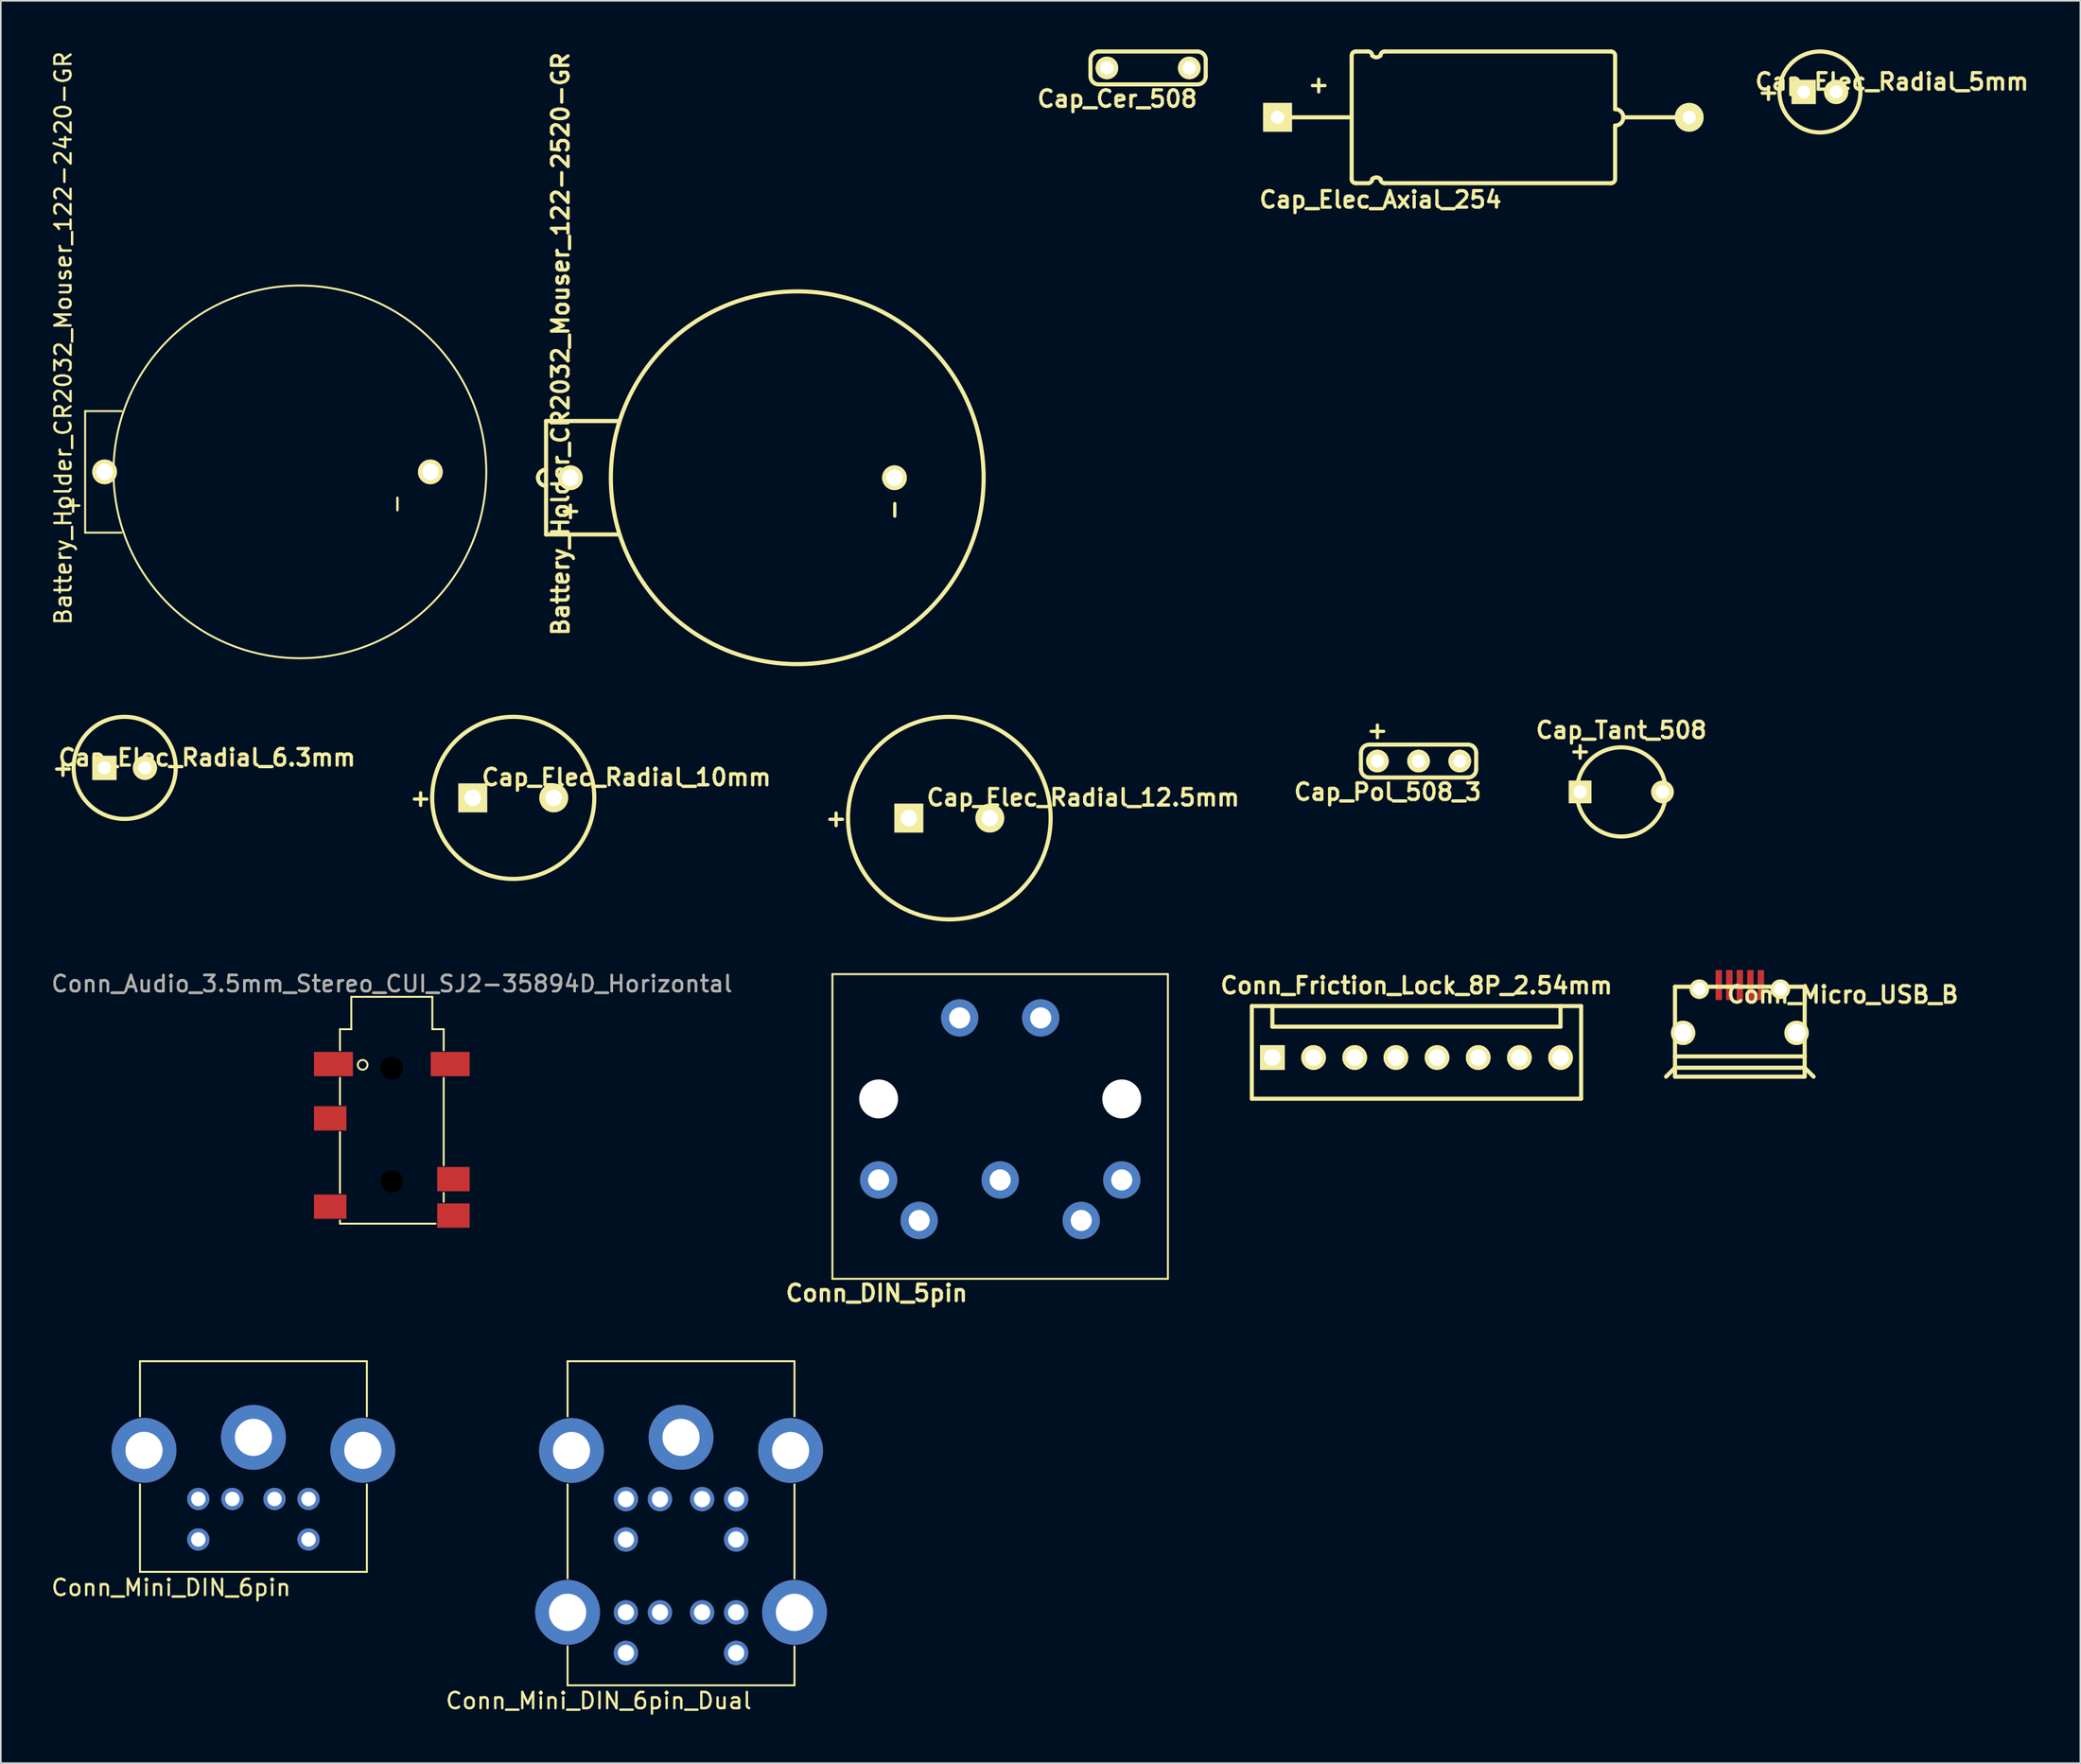
<source format=kicad_pcb>
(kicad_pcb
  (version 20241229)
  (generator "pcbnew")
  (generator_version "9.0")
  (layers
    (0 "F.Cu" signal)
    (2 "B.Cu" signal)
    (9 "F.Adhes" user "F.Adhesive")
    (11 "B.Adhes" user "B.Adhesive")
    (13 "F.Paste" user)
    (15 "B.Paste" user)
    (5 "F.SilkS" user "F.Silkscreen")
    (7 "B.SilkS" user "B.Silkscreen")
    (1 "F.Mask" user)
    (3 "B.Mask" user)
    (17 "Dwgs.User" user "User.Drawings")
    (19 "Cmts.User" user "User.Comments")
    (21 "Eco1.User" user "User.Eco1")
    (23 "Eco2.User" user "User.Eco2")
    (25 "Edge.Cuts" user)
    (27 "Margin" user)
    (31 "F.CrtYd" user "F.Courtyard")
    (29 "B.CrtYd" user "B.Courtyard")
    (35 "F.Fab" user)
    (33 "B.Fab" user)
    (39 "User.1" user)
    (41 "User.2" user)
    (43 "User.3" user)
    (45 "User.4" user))
  (footprint "Conn_Micro_USB_B"
    (layer "F.Cu")
    (at 104.297 62.141)
    (property "Reference" "Conn_Micro_USB_B" (at 6.35 -3.81 0) (layer "F.SilkS") (effects (font (size 1.016 1.016) (thickness 0.203))))
    (attr through_hole)
    (fp_line (start -4 -4.3) (end 4 -4.3) (stroke (width 0.254) (type solid)) (layer "F.SilkS"))
    (fp_line (start -4 0) (end -4 -4.3) (stroke (width 0.254) (type solid)) (layer "F.SilkS"))
    (fp_line (start -4 0) (end -4 0.7) (stroke (width 0.254) (type solid)) (layer "F.SilkS"))
    (fp_line (start -4 0) (end 4 0) (stroke (width 0.254) (type solid)) (layer "F.SilkS"))
    (fp_line (start -4 0.7) (end -4.55 1.25) (stroke (width 0.254) (type solid)) (layer "F.SilkS"))
    (fp_line (start -4 0.7) (end -4 1.25) (stroke (width 0.254) (type solid)) (layer "F.SilkS"))
    (fp_line (start -4 0.7) (end 4 0.7) (stroke (width 0.254) (type solid)) (layer "F.SilkS"))
    (fp_line (start 4 -4.3) (end 4 0) (stroke (width 0.254) (type solid)) (layer "F.SilkS"))
    (fp_line (start 4 0.7) (end 4 0) (stroke (width 0.254) (type solid)) (layer "F.SilkS"))
    (fp_line (start 4 0.7) (end 4 1.25) (stroke (width 0.254) (type solid)) (layer "F.SilkS"))
    (fp_line (start 4 1.25) (end -4 1.25) (stroke (width 0.254) (type solid)) (layer "F.SilkS"))
    (fp_line (start 4.55 1.25) (end 4 0.7) (stroke (width 0.254) (type solid)) (layer "F.SilkS"))
    (pad "1" smd rect (at -1.3 -4.4) (size 0.395 1.85) (layers "F.Cu" "F.Mask" "F.Paste"))
    (pad "2" smd rect (at -0.65 -4.4) (size 0.395 1.85) (layers "F.Cu" "F.Mask" "F.Paste"))
    (pad "3" smd rect (at 0 -4.4) (size 0.395 1.85) (layers "F.Cu" "F.Mask" "F.Paste"))
    (pad "4" smd rect (at 0.65 -4.4) (size 0.395 1.85) (layers "F.Cu" "F.Mask" "F.Paste"))
    (pad "5" smd rect (at 1.3 -4.4) (size 0.395 1.85) (layers "F.Cu" "F.Mask" "F.Paste"))
    (pad "6" thru_hole circle (at -2.5 -4.15) (size 1.2 1.2) (drill 0.8) (layers "*.Cu" "*.Mask" "F.SilkS"))
    (pad "7" thru_hole circle (at 2.5 -4.15) (size 1.2 1.2) (drill 0.8) (layers "*.Cu" "*.Mask" "F.SilkS"))
    (pad "8" thru_hole circle (at -3.5 -1.45) (size 1.5 1.5) (drill 1.1) (layers "*.Cu" "*.Mask" "F.SilkS"))
    (pad "9" thru_hole circle (at 3.5 -1.45) (size 1.5 1.5) (drill 1.1) (layers "*.Cu" "*.Mask" "F.SilkS")))
  (footprint "Cap_Elec_Radial_5mm"
    (layer "F.Cu")
    (at 109.239 2.626)
    (property "Reference" "Cap_Elec_Radial_5mm" (at 4.445 -0.635 0) (layer "F.SilkS") (effects (font (size 1.016 1.016) (thickness 0.203))))
    (attr through_hole)
    (fp_circle (center 0 0) (end -2.499 0) (stroke (width 0.254) (type solid)) (fill no) (layer "F.SilkS"))
    (fp_text user "+" (at -3.175 0 0) (layer "F.SilkS") (effects (font (size 1.016 1.016) (thickness 0.203))))
    (pad "1" thru_hole rect (at -1.001 0) (size 1.491 1.491) (drill 0.8) (layers "*.Cu" "*.Mask" "F.SilkS"))
    (pad "2" thru_hole circle (at 1.001 0) (size 1.491 1.491) (drill 0.8) (layers "*.Cu" "*.Mask" "F.SilkS")))
  (footprint "Battery_Holder_CR2032_Mouser_122-2520-GR"
    (layer "F.Cu")
    (at 46.14 26.432)
    (property "Reference" "Battery_Holder_CR2032_Mouser_122-2520-GR" (at -14.605 -8.255 90) (layer "F.SilkS") (effects (font (size 1.016 1.016) (thickness 0.203))))
    (attr through_hole)
    (fp_line (start -15.499 -3.5) (end -15.499 3.5) (stroke (width 0.254) (type solid)) (layer "F.SilkS"))
    (fp_line (start -15.499 3.5) (end -11.001 3.5) (stroke (width 0.254) (type solid)) (layer "F.SilkS"))
    (fp_line (start -11.001 -3.5) (end -15.499 -3.5) (stroke (width 0.254) (type solid)) (layer "F.SilkS"))
    (fp_arc (start -15.99946 0) (mid -15.852902 -0.353822) (end -15.49908 -0.50038) (stroke (width 0.254) (type solid)) (layer "F.SilkS"))
    (fp_arc (start -15.49908 0.50038) (mid -15.852902 0.353822) (end -15.99946 0) (stroke (width 0.254) (type solid)) (layer "F.SilkS"))
    (fp_circle (center 0 0) (end 0 -11.501) (stroke (width 0.254) (type solid)) (fill no) (layer "F.SilkS"))
    (fp_text user "+" (at -13.995 2.007 0) (layer "F.SilkS") (effects (font (size 1.016 1.016) (thickness 0.203))))
    (fp_text user "-" (at 5.944 1.981 90) (layer "F.SilkS") (effects (font (size 1.016 1.016) (thickness 0.203))))
    (pad "1" thru_hole circle (at -14 0) (size 1.524 1.524) (drill 1.016) (layers "*.Cu" "*.Mask" "F.SilkS"))
    (pad "2" thru_hole circle (at 5.999 0) (size 1.524 1.524) (drill 1.016) (layers "*.Cu" "*.Mask" "F.SilkS")))
  (footprint "Cap_Elec_Radial_10mm"
    (layer "F.Cu")
    (at 28.617 46.188)
    (property "Reference" "Cap_Elec_Radial_10mm" (at 6.985 -1.27 0) (layer "F.SilkS") (effects (font (size 1.016 1.016) (thickness 0.203))))
    (attr through_hole)
    (fp_circle (center 0 0) (end -5.001 0) (stroke (width 0.254) (type solid)) (fill no) (layer "F.SilkS"))
    (fp_text user "+" (at -5.715 0 0) (layer "F.SilkS") (effects (font (size 1.016 1.016) (thickness 0.203))))
    (pad "1" thru_hole rect (at -2.499 0) (size 1.778 1.778) (drill 1.016) (layers "*.Cu" "*.Mask" "F.SilkS"))
    (pad "2" thru_hole circle (at 2.499 0) (size 1.778 1.778) (drill 1.016) (layers "*.Cu" "*.Mask" "F.SilkS")))
  (footprint "Conn_Audio_3.5mm_Stereo_CUI_SJ2-35894D_Horizontal"
    (layer "F.Cu")
    (at 21.125 60.464)
    (property "Reference" "Conn_Audio_3.5mm_Stereo_CUI_SJ2-35894D_Horizontal" (at 0 -2.8 0) (layer "F.SilkS") (effects (font (size 1 1) (thickness 0.15))))
    (attr smd)
    (fp_line (start -3.2 0) (end -3.2 1.3) (stroke (width 0.12) (type solid)) (layer "F.SilkS"))
    (fp_line (start -3.2 0) (end -2.5 0) (stroke (width 0.12) (type solid)) (layer "F.SilkS"))
    (fp_line (start -3.2 3) (end -3.2 4.65) (stroke (width 0.12) (type solid)) (layer "F.SilkS"))
    (fp_line (start -3.2 6.35) (end -3.2 10.1) (stroke (width 0.12) (type solid)) (layer "F.SilkS"))
    (fp_line (start -3.2 11.8) (end -3.2 12) (stroke (width 0.12) (type solid)) (layer "F.SilkS"))
    (fp_line (start -3.2 12) (end 2.7 12) (stroke (width 0.12) (type solid)) (layer "F.SilkS"))
    (fp_line (start -2.5 -2) (end 2.5 -2) (stroke (width 0.12) (type solid)) (layer "F.SilkS"))
    (fp_line (start -2.5 0) (end -2.5 -2) (stroke (width 0.12) (type solid)) (layer "F.SilkS"))
    (fp_line (start 2.5 -2) (end 2.5 0) (stroke (width 0.12) (type solid)) (layer "F.SilkS"))
    (fp_line (start 2.5 0) (end 3.2 0) (stroke (width 0.12) (type solid)) (layer "F.SilkS"))
    (fp_line (start 3.2 0) (end 3.2 1.3) (stroke (width 0.12) (type solid)) (layer "F.SilkS"))
    (fp_line (start 3.2 3) (end 3.2 8.4) (stroke (width 0.12) (type solid)) (layer "F.SilkS"))
    (fp_line (start 3.2 10.1) (end 3.2 10.65) (stroke (width 0.12) (type solid)) (layer "F.SilkS"))
    (fp_circle (center -1.8 2.2) (end -2.1 2.2) (stroke (width 0.12) (type solid)) (fill no) (layer "F.SilkS"))
    (fp_text user "${REFERENCE}" (at 0 -2.8 0) (layer "F.Fab") (effects (font (size 1 1) (thickness 0.15))))
    (pad "" np_thru_hole circle (at 0 2.4) (size 1.4 1.4) (drill 1.4) (layers "*.Mask"))
    (pad "" np_thru_hole circle (at 0 9.4) (size 1.4 1.4) (drill 1.4) (layers "*.Mask"))
    (pad "R1" smd rect (at -3.8 5.5) (size 2 1.5) (layers "F.Cu" "F.Mask" "F.Paste"))
    (pad "R1N" smd rect (at -3.8 10.95) (size 2 1.5) (layers "F.Cu" "F.Mask" "F.Paste"))
    (pad "R2" smd rect (at 3.6 2.15) (size 2.4 1.5) (layers "F.Cu" "F.Mask" "F.Paste"))
    (pad "S" smd rect (at -3.6 2.15) (size 2.4 1.5) (layers "F.Cu" "F.Mask" "F.Paste"))
    (pad "T" smd rect (at 3.8 9.25) (size 2 1.5) (layers "F.Cu" "F.Mask" "F.Paste"))
    (pad "TN" smd rect (at 3.8 11.5) (size 2 1.5) (layers "F.Cu" "F.Mask" "F.Paste")))
  (footprint "Cap_Elec_Radial_6.3mm"
    (layer "F.Cu")
    (at 4.642 44.337)
    (property "Reference" "Cap_Elec_Radial_6.3mm" (at 5.08 -0.635 0) (layer "F.SilkS") (effects (font (size 1.016 1.016) (thickness 0.203))))
    (attr through_hole)
    (fp_circle (center 0 0) (end -3.15 0) (stroke (width 0.254) (type solid)) (fill no) (layer "F.SilkS"))
    (fp_text user "+" (at -3.81 0 0) (layer "F.SilkS") (effects (font (size 1.016 1.016) (thickness 0.203))))
    (pad "1" thru_hole rect (at -1.25 0) (size 1.491 1.491) (drill 0.8) (layers "*.Cu" "*.Mask" "F.SilkS"))
    (pad "2" thru_hole circle (at 1.25 0) (size 1.491 1.491) (drill 0.8) (layers "*.Cu" "*.Mask" "F.SilkS")))
  (footprint "Battery_Holder_CR2032_Mouser_122-2420-GR"
    (layer "F.Cu")
    (at 15.453 26.07)
    (property "Reference" "Battery_Holder_CR2032_Mouser_122-2420-GR" (at -14.605 -8.255 90) (layer "F.SilkS") (effects (font (size 1 1) (thickness 0.15))))
    (attr through_hole)
    (fp_line (start -13.25 -3.75) (end -13.25 3.75) (stroke (width 0.12) (type solid)) (layer "F.SilkS"))
    (fp_line (start -13.25 -3.75) (end -11 -3.75) (stroke (width 0.12) (type solid)) (layer "F.SilkS"))
    (fp_line (start -13.25 3.75) (end -11 3.75) (stroke (width 0.12) (type solid)) (layer "F.SilkS"))
    (fp_circle (center 0 0) (end 11.5 0) (stroke (width 0.12) (type solid)) (fill no) (layer "F.SilkS"))
    (fp_text user "-" (at 5.944 1.981 90) (layer "F.SilkS") (effects (font (size 1 1) (thickness 0.15))))
    (fp_text user "+" (at -13.995 2.007 0) (layer "F.SilkS") (effects (font (size 1 1) (thickness 0.15))))
    (pad "1" thru_hole circle (at -12.05 0) (size 1.524 1.524) (drill 1.016) (layers "*.Cu" "*.Mask" "F.SilkS"))
    (pad "2" thru_hole circle (at 8.05 0) (size 1.524 1.524) (drill 1.016) (layers "*.Cu" "*.Mask" "F.SilkS")))
  (footprint "Cap_Pol_508_3"
    (layer "F.Cu")
    (at 84.475 43.916)
    (property "Reference" "Cap_Pol_508_3" (at -1.905 1.905 0) (layer "F.SilkS") (effects (font (size 1.016 1.016) (thickness 0.203))))
    (attr through_hole)
    (fp_line (start -3.556 0.508) (end -3.556 -0.508) (stroke (width 0.254) (type solid)) (layer "F.SilkS"))
    (fp_line (start -3.048 -1.016) (end 3.048 -1.016) (stroke (width 0.254) (type solid)) (layer "F.SilkS"))
    (fp_line (start -3.048 1.016) (end 3.048 1.016) (stroke (width 0.254) (type solid)) (layer "F.SilkS"))
    (fp_line (start 3.556 0.508) (end 3.556 -0.508) (stroke (width 0.254) (type solid)) (layer "F.SilkS"))
    (fp_arc (start -3.556 -0.508) (mid -3.40721 -0.86721) (end -3.048 -1.016) (stroke (width 0.254) (type solid)) (layer "F.SilkS"))
    (fp_arc (start -3.048 1.016) (mid -3.40721 0.86721) (end -3.556 0.508) (stroke (width 0.254) (type solid)) (layer "F.SilkS"))
    (fp_arc (start 3.048 -1.016) (mid 3.40721 -0.86721) (end 3.556 -0.508) (stroke (width 0.254) (type solid)) (layer "F.SilkS"))
    (fp_arc (start 3.556 0.508) (mid 3.40721 0.86721) (end 3.048 1.016) (stroke (width 0.254) (type solid)) (layer "F.SilkS"))
    (fp_text user "+" (at -2.54 -1.905 0) (layer "F.SilkS") (effects (font (size 1.016 1.016) (thickness 0.203))))
    (pad "1" thru_hole circle (at -2.54 0) (size 1.397 1.397) (drill 0.813) (layers "*.Cu" "*.Mask" "F.SilkS"))
    (pad "2" thru_hole circle (at 0 0) (size 1.397 1.397) (drill 0.813) (layers "*.Cu" "*.Mask" "F.SilkS"))
    (pad "2" thru_hole circle (at 2.54 0) (size 1.397 1.397) (drill 0.813) (layers "*.Cu" "*.Mask" "F.SilkS")))
  (footprint "Cap_Elec_Axial_254"
    (layer "F.Cu")
    (at 88.474 4.191)
    (property "Reference" "Cap_Elec_Axial_254" (at -6.35 5.08 0) (layer "F.SilkS") (effects (font (size 1.016 1.016) (thickness 0.203))))
    (attr through_hole)
    (fp_line (start -8.128 0) (end -12.7 0) (stroke (width 0.254) (type solid)) (layer "F.SilkS"))
    (fp_line (start -8.128 3.81) (end -8.128 -3.81) (stroke (width 0.254) (type solid)) (layer "F.SilkS"))
    (fp_line (start -7.874 -4.064) (end -7.112 -4.064) (stroke (width 0.254) (type solid)) (layer "F.SilkS"))
    (fp_line (start -7.112 4.064) (end -7.874 4.064) (stroke (width 0.254) (type solid)) (layer "F.SilkS"))
    (fp_line (start -6.096 -4.064) (end 7.874 -4.064) (stroke (width 0.254) (type solid)) (layer "F.SilkS"))
    (fp_line (start 7.874 4.064) (end -6.096 4.064) (stroke (width 0.254) (type solid)) (layer "F.SilkS"))
    (fp_line (start 8.128 -3.81) (end 8.128 -0.508) (stroke (width 0.254) (type solid)) (layer "F.SilkS"))
    (fp_line (start 8.128 0.508) (end 8.128 3.81) (stroke (width 0.254) (type solid)) (layer "F.SilkS"))
    (fp_line (start 12.7 0) (end 8.636 0) (stroke (width 0.254) (type solid)) (layer "F.SilkS"))
    (fp_arc (start -8.128 -3.81) (mid -8.053605 -3.989605) (end -7.874 -4.064) (stroke (width 0.254) (type solid)) (layer "F.SilkS"))
    (fp_arc (start -7.874 4.064) (mid -8.053605 3.989605) (end -8.128 3.81) (stroke (width 0.254) (type solid)) (layer "F.SilkS"))
    (fp_arc (start -7.112 -4.064) (mid -6.932395 -3.989605) (end -6.858 -3.81) (stroke (width 0.254) (type solid)) (layer "F.SilkS"))
    (fp_arc (start -6.858 3.81) (mid -6.932395 3.989605) (end -7.112 4.064) (stroke (width 0.254) (type solid)) (layer "F.SilkS"))
    (fp_arc (start -6.858 3.81) (mid -6.604 3.70479) (end -6.35 3.81) (stroke (width 0.254) (type solid)) (layer "F.SilkS"))
    (fp_arc (start -6.35 -3.81) (mid -6.604 -3.70479) (end -6.858 -3.81) (stroke (width 0.254) (type solid)) (layer "F.SilkS"))
    (fp_arc (start -6.35 -3.81) (mid -6.275605 -3.989605) (end -6.096 -4.064) (stroke (width 0.254) (type solid)) (layer "F.SilkS"))
    (fp_arc (start -6.096 4.064) (mid -6.275605 3.989605) (end -6.35 3.81) (stroke (width 0.254) (type solid)) (layer "F.SilkS"))
    (fp_arc (start 7.874 -4.064) (mid 8.053605 -3.989605) (end 8.128 -3.81) (stroke (width 0.254) (type solid)) (layer "F.SilkS"))
    (fp_arc (start 8.128 -0.508) (mid 8.48721 -0.35921) (end 8.636 0) (stroke (width 0.254) (type solid)) (layer "F.SilkS"))
    (fp_arc (start 8.128 3.81) (mid 8.053605 3.989605) (end 7.874 4.064) (stroke (width 0.254) (type solid)) (layer "F.SilkS"))
    (fp_arc (start 8.636 0) (mid 8.48721 0.35921) (end 8.128 0.508) (stroke (width 0.254) (type solid)) (layer "F.SilkS"))
    (fp_text user "+" (at -10.16 -2.032 0) (layer "F.SilkS") (effects (font (size 1.016 1.016) (thickness 0.203))))
    (pad "1" thru_hole rect (at -12.7 0) (size 1.778 1.778) (drill 0.813) (layers "*.Cu" "*.Mask" "F.SilkS"))
    (pad "2" thru_hole circle (at 12.7 0) (size 1.778 1.778) (drill 0.813) (layers "*.Cu" "*.Mask" "F.SilkS")))
  (footprint "Cap_Cer_508"
    (layer "F.Cu")
    (at 67.787 1.143)
    (property "Reference" "Cap_Cer_508" (at -1.905 1.905 0) (layer "F.SilkS") (effects (font (size 1.016 1.016) (thickness 0.203))))
    (attr through_hole)
    (fp_line (start -3.556 0.508) (end -3.556 -0.508) (stroke (width 0.254) (type solid)) (layer "F.SilkS"))
    (fp_line (start -3.048 -1.016) (end 3.048 -1.016) (stroke (width 0.254) (type solid)) (layer "F.SilkS"))
    (fp_line (start -3.048 1.016) (end 3.048 1.016) (stroke (width 0.254) (type solid)) (layer "F.SilkS"))
    (fp_line (start 3.556 0.508) (end 3.556 -0.508) (stroke (width 0.254) (type solid)) (layer "F.SilkS"))
    (fp_arc (start -3.556 -0.508) (mid -3.40721 -0.86721) (end -3.048 -1.016) (stroke (width 0.254) (type solid)) (layer "F.SilkS"))
    (fp_arc (start -3.048 1.016) (mid -3.40721 0.86721) (end -3.556 0.508) (stroke (width 0.254) (type solid)) (layer "F.SilkS"))
    (fp_arc (start 3.048 -1.016) (mid 3.40721 -0.86721) (end 3.556 -0.508) (stroke (width 0.254) (type solid)) (layer "F.SilkS"))
    (fp_arc (start 3.556 0.508) (mid 3.40721 0.86721) (end 3.048 1.016) (stroke (width 0.254) (type solid)) (layer "F.SilkS"))
    (pad "1" thru_hole circle (at -2.54 0) (size 1.397 1.397) (drill 0.813) (layers "*.Cu" "*.Mask" "F.SilkS"))
    (pad "2" thru_hole circle (at 2.54 0) (size 1.397 1.397) (drill 0.813) (layers "*.Cu" "*.Mask" "F.SilkS")))
  (footprint "Conn_DIN_5pin"
    (layer "F.Cu")
    (at 58.661 57.066)
    (property "Reference" "Conn_DIN_5pin" (at -7.62 19.685 0) (layer "F.SilkS") (effects (font (size 1.016 1.016) (thickness 0.203))))
    (attr through_hole)
    (fp_line (start -10.35 0) (end 10.35 0) (stroke (width 0.12) (type solid)) (layer "F.SilkS"))
    (fp_line (start -10.35 18.8) (end -10.35 0) (stroke (width 0.12) (type solid)) (layer "F.SilkS"))
    (fp_line (start 10.35 0) (end 10.35 18.8) (stroke (width 0.12) (type solid)) (layer "F.SilkS"))
    (fp_line (start 10.35 18.8) (end -10.35 18.8) (stroke (width 0.12) (type solid)) (layer "F.SilkS"))
    (pad "" np_thru_hole circle (at -7.5 7.7 180) (size 2.4 2.4) (drill 2.4) (layers "*.Cu" "*.Mask"))
    (pad "" np_thru_hole circle (at 7.5 7.7 180) (size 2.4 2.4) (drill 2.4) (layers "*.Cu" "*.Mask"))
    (pad "1" thru_hole circle (at -7.5 12.7 180) (size 2.3 2.3) (drill 1.3) (layers "*.Cu" "*.Mask"))
    (pad "2" thru_hole circle (at 0 12.7 180) (size 2.3 2.3) (drill 1.3) (layers "*.Cu" "*.Mask"))
    (pad "3" thru_hole circle (at 7.5 12.7 180) (size 2.3 2.3) (drill 1.3) (layers "*.Cu" "*.Mask"))
    (pad "4" thru_hole circle (at -5 15.2 180) (size 2.3 2.3) (drill 1.3) (layers "*.Cu" "*.Mask"))
    (pad "5" thru_hole circle (at 5 15.2 180) (size 2.3 2.3) (drill 1.3) (layers "*.Cu" "*.Mask"))
    (pad "SH" thru_hole circle (at -2.5 2.7 180) (size 2.3 2.3) (drill 1.3) (layers "*.Cu" "*.Mask"))
    (pad "SH" thru_hole circle (at 2.5 2.7 180) (size 2.3 2.3) (drill 1.3) (layers "*.Cu" "*.Mask")))
  (footprint "Conn_Friction_Lock_8P_2.54mm"
    (layer "F.Cu")
    (at 84.345 62.212)
    (property "Reference" "Conn_Friction_Lock_8P_2.54mm" (at 0 -4.445 0) (layer "F.SilkS") (effects (font (size 1.016 1.016) (thickness 0.203))))
    (attr through_hole)
    (fp_line (start -10.16 -3.175) (end -10.16 2.54) (stroke (width 0.254) (type solid)) (layer "F.SilkS"))
    (fp_line (start -8.89 -3.175) (end -8.89 -1.905) (stroke (width 0.254) (type solid)) (layer "F.SilkS"))
    (fp_line (start -8.89 -1.905) (end 8.89 -1.905) (stroke (width 0.254) (type solid)) (layer "F.SilkS"))
    (fp_line (start 8.89 -1.905) (end 8.89 -3.175) (stroke (width 0.254) (type solid)) (layer "F.SilkS"))
    (fp_line (start 10.16 -3.175) (end -10.16 -3.175) (stroke (width 0.254) (type solid)) (layer "F.SilkS"))
    (fp_line (start 10.16 2.54) (end -10.16 2.54) (stroke (width 0.254) (type solid)) (layer "F.SilkS"))
    (fp_line (start 10.16 2.54) (end 10.16 -3.175) (stroke (width 0.254) (type solid)) (layer "F.SilkS"))
    (pad "1" thru_hole rect (at -8.89 0) (size 1.524 1.524) (drill 1.016) (layers "*.Cu" "*.Mask" "F.SilkS"))
    (pad "2" thru_hole circle (at -6.35 0) (size 1.524 1.524) (drill 1.016) (layers "*.Cu" "*.Mask" "F.SilkS"))
    (pad "3" thru_hole circle (at -3.81 0) (size 1.524 1.524) (drill 1.016) (layers "*.Cu" "*.Mask" "F.SilkS"))
    (pad "4" thru_hole circle (at -1.27 0) (size 1.524 1.524) (drill 1.016) (layers "*.Cu" "*.Mask" "F.SilkS"))
    (pad "5" thru_hole circle (at 1.27 0) (size 1.524 1.524) (drill 1.016) (layers "*.Cu" "*.Mask" "F.SilkS"))
    (pad "6" thru_hole circle (at 3.81 0) (size 1.524 1.524) (drill 1.016) (layers "*.Cu" "*.Mask" "F.SilkS"))
    (pad "7" thru_hole circle (at 6.35 0) (size 1.524 1.524) (drill 1.016) (layers "*.Cu" "*.Mask" "F.SilkS"))
    (pad "8" thru_hole circle (at 8.89 0) (size 1.524 1.524) (drill 1.016) (layers "*.Cu" "*.Mask" "F.SilkS")))
  (footprint "Cap_Tant_508"
    (layer "F.Cu")
    (at 96.984 45.821)
    (property "Reference" "Cap_Tant_508" (at 0 -3.81 0) (layer "F.SilkS") (effects (font (size 1.016 1.016) (thickness 0.203))))
    (attr through_hole)
    (fp_circle (center 0 0) (end 0 -2.751) (stroke (width 0.254) (type solid)) (fill no) (layer "F.SilkS"))
    (fp_text user "+" (at -2.54 -2.54 0) (layer "F.SilkS") (effects (font (size 1.016 1.016) (thickness 0.203))))
    (pad "1" thru_hole rect (at -2.54 0) (size 1.397 1.397) (drill 0.813) (layers "*.Cu" "*.Mask" "F.SilkS"))
    (pad "2" thru_hole circle (at 2.54 0) (size 1.397 1.397) (drill 0.813) (layers "*.Cu" "*.Mask" "F.SilkS")))
  (footprint "Cap_Elec_Radial_12.5mm"
    (layer "F.Cu")
    (at 55.524 47.438)
    (property "Reference" "Cap_Elec_Radial_12.5mm" (at 8.255 -1.27 0) (layer "F.SilkS") (effects (font (size 1.016 1.016) (thickness 0.203))))
    (attr through_hole)
    (fp_circle (center 0 0) (end -6.251 0) (stroke (width 0.254) (type solid)) (fill no) (layer "F.SilkS"))
    (fp_text user "+" (at -6.985 0 0) (layer "F.SilkS") (effects (font (size 1.016 1.016) (thickness 0.203))))
    (pad "1" thru_hole rect (at -2.499 0) (size 1.778 1.778) (drill 1.016) (layers "*.Cu" "*.Mask" "F.SilkS"))
    (pad "2" thru_hole circle (at 2.499 0) (size 1.778 1.778) (drill 1.016) (layers "*.Cu" "*.Mask" "F.SilkS")))
  (footprint "Conn_Mini_DIN_6pin_Dual"
    (layer "F.Cu")
    (at 38.97 80.952)
    (property "Reference" "Conn_Mini_DIN_6pin_Dual" (at -5.08 20.955 0) (layer "F.SilkS") (effects (font (size 1 1) (thickness 0.15))))
    (attr through_hole)
    (fp_line (start -7 0) (end -7 3.4) (stroke (width 0.12) (type solid)) (layer "F.SilkS"))
    (fp_line (start -7 0) (end 7 0) (stroke (width 0.12) (type solid)) (layer "F.SilkS"))
    (fp_line (start -7 13.4) (end -7 7.6) (stroke (width 0.12) (type solid)) (layer "F.SilkS"))
    (fp_line (start -7 20) (end -7 17.6) (stroke (width 0.12) (type solid)) (layer "F.SilkS"))
    (fp_line (start 7 0) (end 7 3.4) (stroke (width 0.12) (type solid)) (layer "F.SilkS"))
    (fp_line (start 7 7.6) (end 7 13.4) (stroke (width 0.12) (type solid)) (layer "F.SilkS"))
    (fp_line (start 7 20) (end -7 20) (stroke (width 0.12) (type solid)) (layer "F.SilkS"))
    (fp_line (start 7 20) (end 7 17.6) (stroke (width 0.12) (type solid)) (layer "F.SilkS"))
    (pad "1" thru_hole circle (at -1.3 8.509 180) (size 1.501 1.501) (drill 1.001) (layers "*.Cu" "*.Mask"))
    (pad "2" thru_hole circle (at 1.3 8.509 180) (size 1.501 1.501) (drill 1.001) (layers "*.Cu" "*.Mask"))
    (pad "3" thru_hole circle (at -3.401 8.509 180) (size 1.501 1.501) (drill 1.001) (layers "*.Cu" "*.Mask"))
    (pad "4" thru_hole circle (at 3.401 8.509 180) (size 1.501 1.501) (drill 1.001) (layers "*.Cu" "*.Mask"))
    (pad "5" thru_hole circle (at -3.401 11.001 180) (size 1.501 1.501) (drill 1.001) (layers "*.Cu" "*.Mask"))
    (pad "6" thru_hole circle (at 3.401 11.001 180) (size 1.501 1.501) (drill 1.001) (layers "*.Cu" "*.Mask"))
    (pad "7" thru_hole circle (at -1.3 15.499 180) (size 1.501 1.501) (drill 1.001) (layers "*.Cu" "*.Mask"))
    (pad "8" thru_hole circle (at 1.3 15.499 180) (size 1.501 1.501) (drill 1.001) (layers "*.Cu" "*.Mask"))
    (pad "9" thru_hole circle (at -3.401 15.499 180) (size 1.501 1.501) (drill 1.001) (layers "*.Cu" "*.Mask"))
    (pad "10" thru_hole circle (at 3.401 15.499 180) (size 1.501 1.501) (drill 1.001) (layers "*.Cu" "*.Mask"))
    (pad "11" thru_hole circle (at -3.401 18.001 180) (size 1.501 1.501) (drill 1.001) (layers "*.Cu" "*.Mask"))
    (pad "12" thru_hole circle (at 3.401 18.001 180) (size 1.501 1.501) (drill 1.001) (layers "*.Cu" "*.Mask"))
    (pad "SH" thru_hole circle (at -7 15.499 180) (size 4 4) (drill 2.301) (layers "*.Cu" "*.Mask"))
    (pad "SH" thru_hole circle (at -6.759 5.509 180) (size 4 4) (drill 2.291) (layers "*.Cu" "*.Mask"))
    (pad "SH" thru_hole circle (at 0 4.699 180) (size 4 4) (drill 2.291) (layers "*.Cu" "*.Mask"))
    (pad "SH" thru_hole circle (at 6.759 5.509 180) (size 4 4) (drill 2.291) (layers "*.Cu" "*.Mask"))
    (pad "SH" thru_hole circle (at 7 15.499 180) (size 4 4) (drill 2.301) (layers "*.Cu" "*.Mask")))
  (footprint "Conn_Mini_DIN_6pin"
    (layer "F.Cu")
    (at 12.586 80.952)
    (property "Reference" "Conn_Mini_DIN_6pin" (at -5.08 13.97 0) (layer "F.SilkS") (effects (font (size 1 1) (thickness 0.15))))
    (attr through_hole)
    (fp_line (start -7 0) (end -7 3.4) (stroke (width 0.12) (type solid)) (layer "F.SilkS"))
    (fp_line (start -7 0) (end 7 0) (stroke (width 0.12) (type solid)) (layer "F.SilkS"))
    (fp_line (start -7 13) (end -7 7.6) (stroke (width 0.12) (type solid)) (layer "F.SilkS"))
    (fp_line (start 7 0) (end 7 3.4) (stroke (width 0.12) (type solid)) (layer "F.SilkS"))
    (fp_line (start 7 13) (end -7 13) (stroke (width 0.12) (type solid)) (layer "F.SilkS"))
    (fp_line (start 7 13) (end 7 7.6) (stroke (width 0.12) (type solid)) (layer "F.SilkS"))
    (pad "1" thru_hole circle (at -1.3 8.5 180) (size 1.372 1.372) (drill 0.889) (layers "*.Cu" "*.Mask"))
    (pad "2" thru_hole circle (at 1.3 8.5 180) (size 1.372 1.372) (drill 0.889) (layers "*.Cu" "*.Mask"))
    (pad "3" thru_hole circle (at -3.4 8.5 180) (size 1.372 1.372) (drill 0.889) (layers "*.Cu" "*.Mask"))
    (pad "4" thru_hole circle (at 3.4 8.5 180) (size 1.372 1.372) (drill 0.889) (layers "*.Cu" "*.Mask"))
    (pad "5" thru_hole circle (at -3.4 11 180) (size 1.372 1.372) (drill 0.889) (layers "*.Cu" "*.Mask"))
    (pad "6" thru_hole circle (at 3.4 11 180) (size 1.372 1.372) (drill 0.889) (layers "*.Cu" "*.Mask"))
    (pad "~" thru_hole circle (at -6.75 5.5 180) (size 4 4) (drill 2.291) (layers "*.Cu" "*.Mask"))
    (pad "~" thru_hole circle (at 0 4.7 180) (size 4 4) (drill 2.291) (layers "*.Cu" "*.Mask"))
    (pad "~" thru_hole circle (at 6.75 5.5 180) (size 4 4) (drill 2.291) (layers "*.Cu" "*.Mask")))
  (gr_rect
    (start -3 -3)
    (end 125.306 105.755)
    (stroke (width 0.1) (type default))
    (fill no)
    (layer "Edge.Cuts")))
</source>
